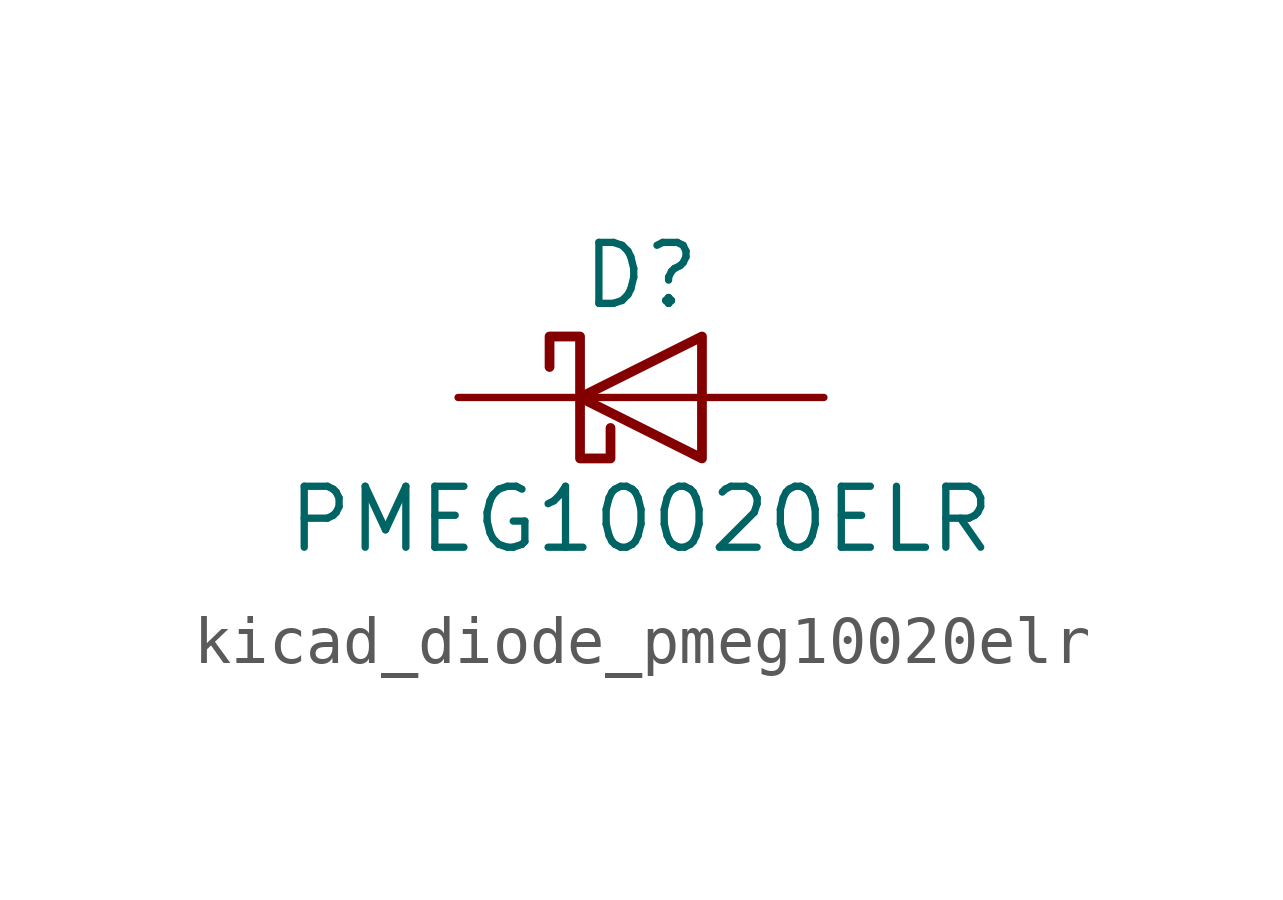
<source format=kicad_sym>
(kicad_symbol_lib
  (version 20220914)
  (generator kicad_symbol_editor)
  (symbol "kicad_diode_pmeg10020elr"
    (pin_numbers hide)
    (pin_names hide)
    (property "Reference" "D"
      (at 0 2.54 0)
      (effects (font (size 1.27 1.27))))
    (property "Value" "PMEG10020ELR"
      (at 0 -2.54 0)
      (effects (font (size 1.27 1.27))))
    (symbol "kicad_diode_pmeg10020elr_0_1"
      (polyline (pts (xy 1.27 0) (xy -1.27 0)) (stroke (width 0) (type default)) (fill (type none)))
      (polyline (pts (xy 1.27 1.27) (xy 1.27 -1.27) (xy -1.27 0) (xy 1.27 1.27)) (stroke (width 0.203) (type default)) (fill (type none)))
      (polyline (pts (xy -1.905 0.635) (xy -1.905 1.27) (xy -1.27 1.27) (xy -1.27 -1.27) (xy -0.635 -1.27) (xy -0.635 -0.635)) (stroke (width 0.203) (type default)) (fill (type none))))
    (symbol "kicad_diode_pmeg10020elr_1_1"
      (pin passive line (at -3.81 0 0) (length 2.54) (name "K" (effects (font (size 1.27 1.27)))) (number "1" (effects (font (size 1.27 1.27)))))
      (pin passive line (at 3.81 0 180) (length 2.54) (name "A" (effects (font (size 1.27 1.27)))) (number "2" (effects (font (size 1.27 1.27))))))))
</source>
